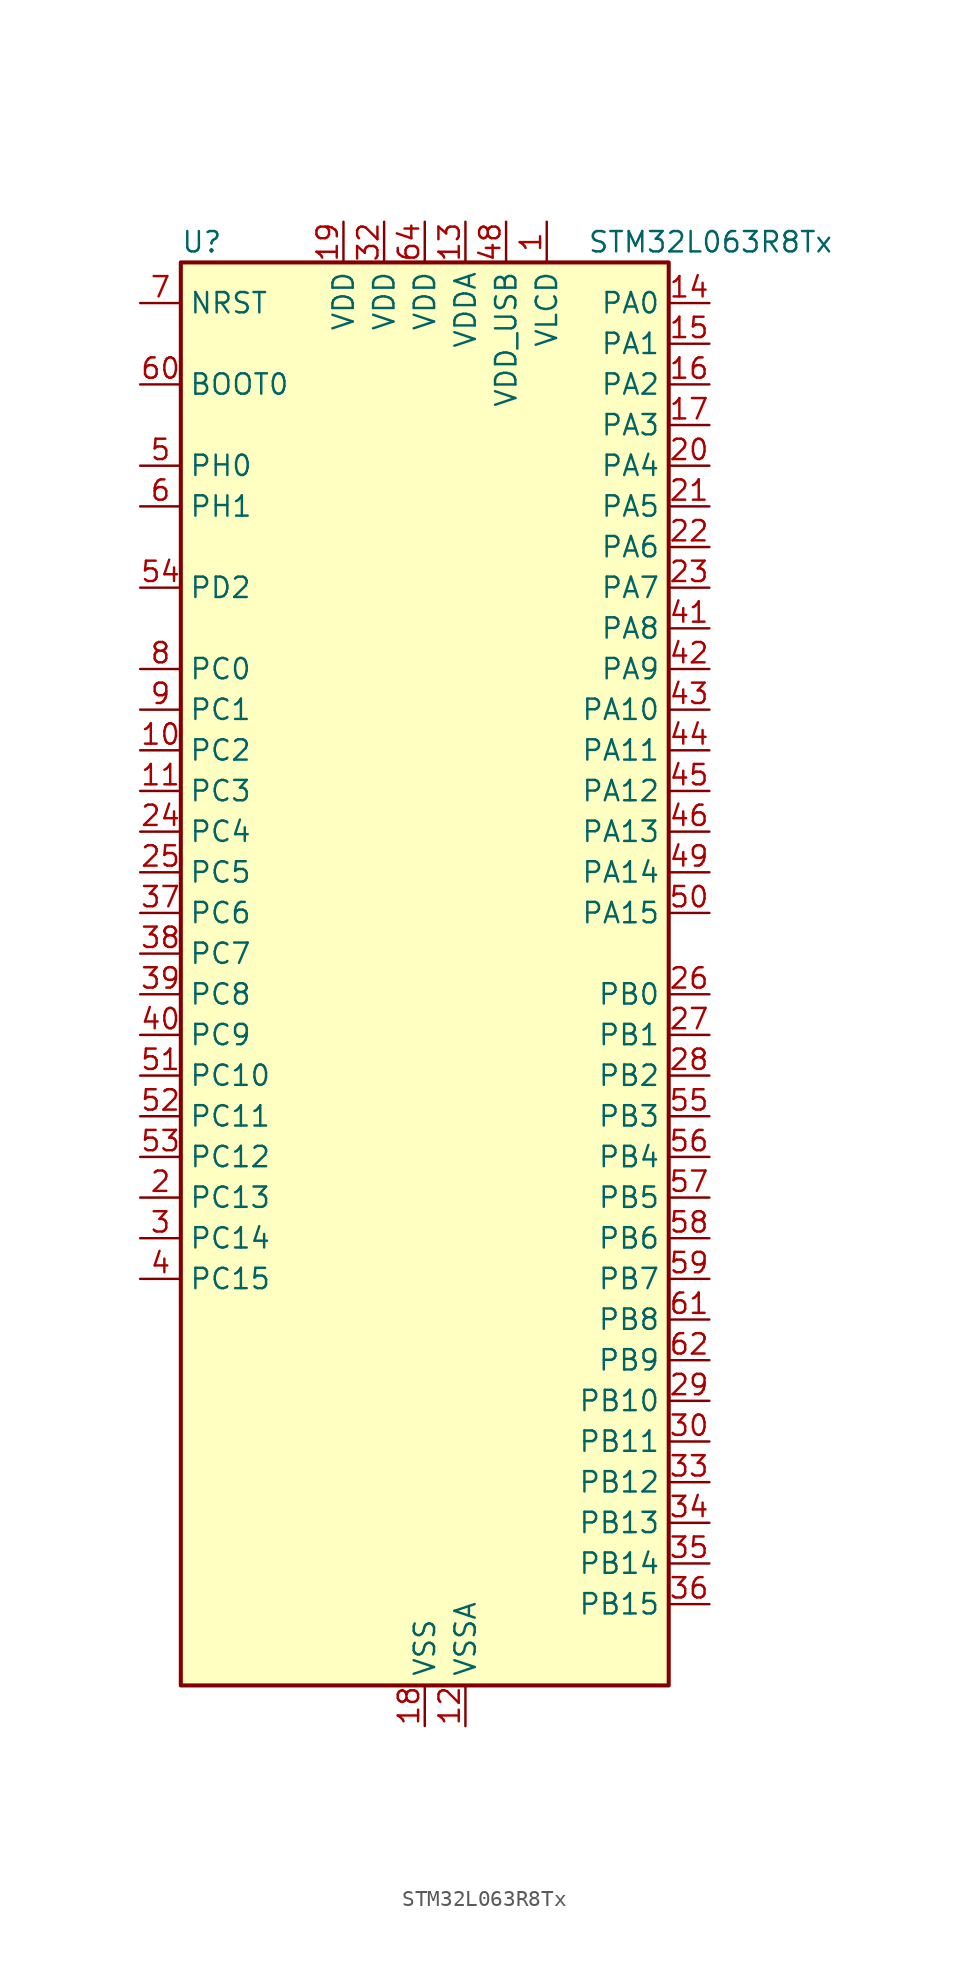
<source format=kicad_sym>
(kicad_symbol_lib
  (version 20231120)
  (generator "kicad_symbol_editor")
  (generator_version "8.0")
  (symbol "STM32L063R8Tx"
    (property "Reference" "U"
      (at -15.24 46.99 0)
      (effects (font (size 1.27 1.27)) (justify left)))
    (property "Value" "STM32L063R8Tx"
      (at 10.16 46.99 0)
      (effects (font (size 1.27 1.27)) (justify left)))
    (property "ki_locked" ""
      (at 0 0 0)
      (effects (font (size 1.27 1.27))))
    (symbol "STM32L063R8Tx_0_1"
      (rectangle (start -15.24 -43.18) (end 15.24 45.72) (stroke (width 0.254) (type default)) (fill (type background))))
    (symbol "STM32L063R8Tx_1_1"
      (pin power_in line (at 7.62 48.26 270) (length 2.54) (name "VLCD" (effects (font (size 1.27 1.27)))) (number "1" (effects (font (size 1.27 1.27)))))
      (pin bidirectional line (at -17.78 15.24 0) (length 2.54) (name "PC2" (effects (font (size 1.27 1.27)))) (number "10" (effects (font (size 1.27 1.27)))) (alternate "ADC_IN12" bidirectional line) (alternate "I2S2_MCK" bidirectional line) (alternate "LCD_SEG20" bidirectional line) (alternate "LPTIM1_IN2" bidirectional line) (alternate "SPI2_MISO" bidirectional line) (alternate "TSC_G7_IO3" bidirectional line))
      (pin bidirectional line (at -17.78 12.7 0) (length 2.54) (name "PC3" (effects (font (size 1.27 1.27)))) (number "11" (effects (font (size 1.27 1.27)))) (alternate "ADC_IN13" bidirectional line) (alternate "I2S2_SD" bidirectional line) (alternate "LCD_SEG21" bidirectional line) (alternate "LPTIM1_ETR" bidirectional line) (alternate "SPI2_MOSI" bidirectional line) (alternate "TSC_G7_IO4" bidirectional line))
      (pin power_in line (at 2.54 -45.72 90) (length 2.54) (name "VSSA" (effects (font (size 1.27 1.27)))) (number "12" (effects (font (size 1.27 1.27)))))
      (pin power_in line (at 2.54 48.26 270) (length 2.54) (name "VDDA" (effects (font (size 1.27 1.27)))) (number "13" (effects (font (size 1.27 1.27)))))
      (pin bidirectional line (at 17.78 43.18 180) (length 2.54) (name "PA0" (effects (font (size 1.27 1.27)))) (number "14" (effects (font (size 1.27 1.27)))) (alternate "ADC_IN0" bidirectional line) (alternate "COMP1_INM" bidirectional line) (alternate "COMP1_OUT" bidirectional line) (alternate "RTC_TAMP2" bidirectional line) (alternate "SYS_WKUP1" bidirectional line) (alternate "TIM2_CH1" bidirectional line) (alternate "TIM2_ETR" bidirectional line) (alternate "TSC_G1_IO1" bidirectional line) (alternate "USART2_CTS" bidirectional line))
      (pin bidirectional line (at 17.78 40.64 180) (length 2.54) (name "PA1" (effects (font (size 1.27 1.27)))) (number "15" (effects (font (size 1.27 1.27)))) (alternate "ADC_IN1" bidirectional line) (alternate "COMP1_INP" bidirectional line) (alternate "LCD_SEG0" bidirectional line) (alternate "TIM21_ETR" bidirectional line) (alternate "TIM2_CH2" bidirectional line) (alternate "TSC_G1_IO2" bidirectional line) (alternate "USART2_DE" bidirectional line) (alternate "USART2_RTS" bidirectional line))
      (pin bidirectional line (at 17.78 38.1 180) (length 2.54) (name "PA2" (effects (font (size 1.27 1.27)))) (number "16" (effects (font (size 1.27 1.27)))) (alternate "ADC_IN2" bidirectional line) (alternate "COMP2_INM" bidirectional line) (alternate "COMP2_OUT" bidirectional line) (alternate "LCD_SEG1" bidirectional line) (alternate "TIM21_CH1" bidirectional line) (alternate "TIM2_CH3" bidirectional line) (alternate "TSC_G1_IO3" bidirectional line) (alternate "USART2_TX" bidirectional line))
      (pin bidirectional line (at 17.78 35.56 180) (length 2.54) (name "PA3" (effects (font (size 1.27 1.27)))) (number "17" (effects (font (size 1.27 1.27)))) (alternate "ADC_IN3" bidirectional line) (alternate "COMP2_INP" bidirectional line) (alternate "LCD_SEG2" bidirectional line) (alternate "TIM21_CH2" bidirectional line) (alternate "TIM2_CH4" bidirectional line) (alternate "TSC_G1_IO4" bidirectional line) (alternate "USART2_RX" bidirectional line))
      (pin power_in line (at 0 -45.72 90) (length 2.54) (name "VSS" (effects (font (size 1.27 1.27)))) (number "18" (effects (font (size 1.27 1.27)))))
      (pin power_in line (at -5.08 48.26 270) (length 2.54) (name "VDD" (effects (font (size 1.27 1.27)))) (number "19" (effects (font (size 1.27 1.27)))))
      (pin bidirectional line (at -17.78 -12.7 0) (length 2.54) (name "PC13" (effects (font (size 1.27 1.27)))) (number "2" (effects (font (size 1.27 1.27)))) (alternate "RTC_OUT_ALARM" bidirectional line) (alternate "RTC_OUT_CALIB" bidirectional line) (alternate "RTC_TAMP1" bidirectional line) (alternate "RTC_TS" bidirectional line) (alternate "SYS_WKUP2" bidirectional line))
      (pin bidirectional line (at 17.78 33.02 180) (length 2.54) (name "PA4" (effects (font (size 1.27 1.27)))) (number "20" (effects (font (size 1.27 1.27)))) (alternate "ADC_IN4" bidirectional line) (alternate "COMP1_INM" bidirectional line) (alternate "COMP2_INM" bidirectional line) (alternate "DAC_OUT1" bidirectional line) (alternate "SPI1_NSS" bidirectional line) (alternate "TIM22_ETR" bidirectional line) (alternate "TSC_G2_IO1" bidirectional line) (alternate "USART2_CK" bidirectional line))
      (pin bidirectional line (at 17.78 30.48 180) (length 2.54) (name "PA5" (effects (font (size 1.27 1.27)))) (number "21" (effects (font (size 1.27 1.27)))) (alternate "ADC_IN5" bidirectional line) (alternate "COMP1_INM" bidirectional line) (alternate "COMP2_INM" bidirectional line) (alternate "SPI1_SCK" bidirectional line) (alternate "TIM2_CH1" bidirectional line) (alternate "TIM2_ETR" bidirectional line) (alternate "TSC_G2_IO2" bidirectional line))
      (pin bidirectional line (at 17.78 27.94 180) (length 2.54) (name "PA6" (effects (font (size 1.27 1.27)))) (number "22" (effects (font (size 1.27 1.27)))) (alternate "ADC_IN6" bidirectional line) (alternate "COMP1_OUT" bidirectional line) (alternate "LCD_SEG3" bidirectional line) (alternate "LPUART1_CTS" bidirectional line) (alternate "SPI1_MISO" bidirectional line) (alternate "TIM22_CH1" bidirectional line) (alternate "TSC_G2_IO3" bidirectional line))
      (pin bidirectional line (at 17.78 25.4 180) (length 2.54) (name "PA7" (effects (font (size 1.27 1.27)))) (number "23" (effects (font (size 1.27 1.27)))) (alternate "ADC_IN7" bidirectional line) (alternate "COMP2_OUT" bidirectional line) (alternate "LCD_SEG4" bidirectional line) (alternate "SPI1_MOSI" bidirectional line) (alternate "TIM22_CH2" bidirectional line) (alternate "TSC_G2_IO4" bidirectional line))
      (pin bidirectional line (at -17.78 10.16 0) (length 2.54) (name "PC4" (effects (font (size 1.27 1.27)))) (number "24" (effects (font (size 1.27 1.27)))) (alternate "ADC_IN14" bidirectional line) (alternate "LCD_SEG22" bidirectional line) (alternate "LPUART1_TX" bidirectional line))
      (pin bidirectional line (at -17.78 7.62 0) (length 2.54) (name "PC5" (effects (font (size 1.27 1.27)))) (number "25" (effects (font (size 1.27 1.27)))) (alternate "ADC_IN15" bidirectional line) (alternate "LCD_SEG23" bidirectional line) (alternate "LPUART1_RX" bidirectional line) (alternate "TSC_G3_IO1" bidirectional line))
      (pin bidirectional line (at 17.78 0 180) (length 2.54) (name "PB0" (effects (font (size 1.27 1.27)))) (number "26" (effects (font (size 1.27 1.27)))) (alternate "ADC_IN8" bidirectional line) (alternate "LCD_SEG5" bidirectional line) (alternate "LCD_VLCD3" bidirectional line) (alternate "SYS_VREF_OUT_PB0" bidirectional line) (alternate "TSC_G3_IO2" bidirectional line))
      (pin bidirectional line (at 17.78 -2.54 180) (length 2.54) (name "PB1" (effects (font (size 1.27 1.27)))) (number "27" (effects (font (size 1.27 1.27)))) (alternate "ADC_IN9" bidirectional line) (alternate "LCD_SEG6" bidirectional line) (alternate "LPUART1_DE" bidirectional line) (alternate "LPUART1_RTS" bidirectional line) (alternate "SYS_VREF_OUT_PB1" bidirectional line) (alternate "TSC_G3_IO3" bidirectional line))
      (pin bidirectional line (at 17.78 -5.08 180) (length 2.54) (name "PB2" (effects (font (size 1.27 1.27)))) (number "28" (effects (font (size 1.27 1.27)))) (alternate "LCD_VLCD2" bidirectional line) (alternate "LPTIM1_OUT" bidirectional line) (alternate "TSC_G3_IO4" bidirectional line))
      (pin bidirectional line (at 17.78 -25.4 180) (length 2.54) (name "PB10" (effects (font (size 1.27 1.27)))) (number "29" (effects (font (size 1.27 1.27)))) (alternate "I2C2_SCL" bidirectional line) (alternate "LCD_SEG10" bidirectional line) (alternate "LPUART1_TX" bidirectional line) (alternate "SPI2_SCK" bidirectional line) (alternate "TIM2_CH3" bidirectional line) (alternate "TSC_SYNC" bidirectional line))
      (pin bidirectional line (at -17.78 -15.24 0) (length 2.54) (name "PC14" (effects (font (size 1.27 1.27)))) (number "3" (effects (font (size 1.27 1.27)))) (alternate "RCC_OSC32_IN" bidirectional line))
      (pin bidirectional line (at 17.78 -27.94 180) (length 2.54) (name "PB11" (effects (font (size 1.27 1.27)))) (number "30" (effects (font (size 1.27 1.27)))) (alternate "ADC_EXTI11" bidirectional line) (alternate "I2C2_SDA" bidirectional line) (alternate "LCD_SEG11" bidirectional line) (alternate "LPUART1_RX" bidirectional line) (alternate "TIM2_CH4" bidirectional line) (alternate "TSC_G6_IO1" bidirectional line))
      (pin passive line (at 0 -45.72 90) (length 2.54) hide (name "VSS" (effects (font (size 1.27 1.27)))) (number "31" (effects (font (size 1.27 1.27)))))
      (pin power_in line (at -2.54 48.26 270) (length 2.54) (name "VDD" (effects (font (size 1.27 1.27)))) (number "32" (effects (font (size 1.27 1.27)))))
      (pin bidirectional line (at 17.78 -30.48 180) (length 2.54) (name "PB12" (effects (font (size 1.27 1.27)))) (number "33" (effects (font (size 1.27 1.27)))) (alternate "I2S2_WS" bidirectional line) (alternate "LCD_SEG12" bidirectional line) (alternate "LCD_VLCD1" bidirectional line) (alternate "LPUART1_DE" bidirectional line) (alternate "LPUART1_RTS" bidirectional line) (alternate "SPI2_NSS" bidirectional line) (alternate "TSC_G6_IO2" bidirectional line))
      (pin bidirectional line (at 17.78 -33.02 180) (length 2.54) (name "PB13" (effects (font (size 1.27 1.27)))) (number "34" (effects (font (size 1.27 1.27)))) (alternate "I2C2_SCL" bidirectional line) (alternate "I2S2_CK" bidirectional line) (alternate "LCD_SEG13" bidirectional line) (alternate "LPUART1_CTS" bidirectional line) (alternate "SPI2_SCK" bidirectional line) (alternate "TIM21_CH1" bidirectional line) (alternate "TSC_G6_IO3" bidirectional line))
      (pin bidirectional line (at 17.78 -35.56 180) (length 2.54) (name "PB14" (effects (font (size 1.27 1.27)))) (number "35" (effects (font (size 1.27 1.27)))) (alternate "I2C2_SDA" bidirectional line) (alternate "I2S2_MCK" bidirectional line) (alternate "LCD_SEG14" bidirectional line) (alternate "LPUART1_DE" bidirectional line) (alternate "LPUART1_RTS" bidirectional line) (alternate "RTC_OUT_ALARM" bidirectional line) (alternate "RTC_OUT_CALIB" bidirectional line) (alternate "SPI2_MISO" bidirectional line) (alternate "TIM21_CH2" bidirectional line) (alternate "TSC_G6_IO4" bidirectional line))
      (pin bidirectional line (at 17.78 -38.1 180) (length 2.54) (name "PB15" (effects (font (size 1.27 1.27)))) (number "36" (effects (font (size 1.27 1.27)))) (alternate "I2S2_SD" bidirectional line) (alternate "LCD_SEG15" bidirectional line) (alternate "RTC_REFIN" bidirectional line) (alternate "SPI2_MOSI" bidirectional line))
      (pin bidirectional line (at -17.78 5.08 0) (length 2.54) (name "PC6" (effects (font (size 1.27 1.27)))) (number "37" (effects (font (size 1.27 1.27)))) (alternate "LCD_SEG24" bidirectional line) (alternate "TIM22_CH1" bidirectional line) (alternate "TSC_G8_IO1" bidirectional line))
      (pin bidirectional line (at -17.78 2.54 0) (length 2.54) (name "PC7" (effects (font (size 1.27 1.27)))) (number "38" (effects (font (size 1.27 1.27)))) (alternate "LCD_SEG25" bidirectional line) (alternate "TIM22_CH2" bidirectional line) (alternate "TSC_G8_IO2" bidirectional line))
      (pin bidirectional line (at -17.78 0 0) (length 2.54) (name "PC8" (effects (font (size 1.27 1.27)))) (number "39" (effects (font (size 1.27 1.27)))) (alternate "LCD_SEG26" bidirectional line) (alternate "TIM22_ETR" bidirectional line) (alternate "TSC_G8_IO3" bidirectional line))
      (pin bidirectional line (at -17.78 -17.78 0) (length 2.54) (name "PC15" (effects (font (size 1.27 1.27)))) (number "4" (effects (font (size 1.27 1.27)))) (alternate "RCC_OSC32_OUT" bidirectional line))
      (pin bidirectional line (at -17.78 -2.54 0) (length 2.54) (name "PC9" (effects (font (size 1.27 1.27)))) (number "40" (effects (font (size 1.27 1.27)))) (alternate "DAC_EXTI9" bidirectional line) (alternate "LCD_SEG27" bidirectional line) (alternate "TIM21_ETR" bidirectional line) (alternate "TSC_G8_IO4" bidirectional line) (alternate "USB_NOE" bidirectional line))
      (pin bidirectional line (at 17.78 22.86 180) (length 2.54) (name "PA8" (effects (font (size 1.27 1.27)))) (number "41" (effects (font (size 1.27 1.27)))) (alternate "CRS_SYNC" bidirectional line) (alternate "LCD_COM0" bidirectional line) (alternate "RCC_MCO" bidirectional line) (alternate "USART1_CK" bidirectional line))
      (pin bidirectional line (at 17.78 20.32 180) (length 2.54) (name "PA9" (effects (font (size 1.27 1.27)))) (number "42" (effects (font (size 1.27 1.27)))) (alternate "DAC_EXTI9" bidirectional line) (alternate "LCD_COM1" bidirectional line) (alternate "RCC_MCO" bidirectional line) (alternate "TSC_G4_IO1" bidirectional line) (alternate "USART1_TX" bidirectional line))
      (pin bidirectional line (at 17.78 17.78 180) (length 2.54) (name "PA10" (effects (font (size 1.27 1.27)))) (number "43" (effects (font (size 1.27 1.27)))) (alternate "LCD_COM2" bidirectional line) (alternate "TSC_G4_IO2" bidirectional line) (alternate "USART1_RX" bidirectional line))
      (pin bidirectional line (at 17.78 15.24 180) (length 2.54) (name "PA11" (effects (font (size 1.27 1.27)))) (number "44" (effects (font (size 1.27 1.27)))) (alternate "ADC_EXTI11" bidirectional line) (alternate "COMP1_OUT" bidirectional line) (alternate "SPI1_MISO" bidirectional line) (alternate "TSC_G4_IO3" bidirectional line) (alternate "USART1_CTS" bidirectional line) (alternate "USB_DM" bidirectional line))
      (pin bidirectional line (at 17.78 12.7 180) (length 2.54) (name "PA12" (effects (font (size 1.27 1.27)))) (number "45" (effects (font (size 1.27 1.27)))) (alternate "COMP2_OUT" bidirectional line) (alternate "SPI1_MOSI" bidirectional line) (alternate "TSC_G4_IO4" bidirectional line) (alternate "USART1_DE" bidirectional line) (alternate "USART1_RTS" bidirectional line) (alternate "USB_DP" bidirectional line))
      (pin bidirectional line (at 17.78 10.16 180) (length 2.54) (name "PA13" (effects (font (size 1.27 1.27)))) (number "46" (effects (font (size 1.27 1.27)))) (alternate "SYS_SWDIO" bidirectional line) (alternate "USB_NOE" bidirectional line))
      (pin passive line (at 0 -45.72 90) (length 2.54) hide (name "VSS" (effects (font (size 1.27 1.27)))) (number "47" (effects (font (size 1.27 1.27)))))
      (pin power_in line (at 5.08 48.26 270) (length 2.54) (name "VDD_USB" (effects (font (size 1.27 1.27)))) (number "48" (effects (font (size 1.27 1.27)))))
      (pin bidirectional line (at 17.78 7.62 180) (length 2.54) (name "PA14" (effects (font (size 1.27 1.27)))) (number "49" (effects (font (size 1.27 1.27)))) (alternate "SYS_SWCLK" bidirectional line) (alternate "USART2_TX" bidirectional line))
      (pin bidirectional line (at -17.78 33.02 0) (length 2.54) (name "PH0" (effects (font (size 1.27 1.27)))) (number "5" (effects (font (size 1.27 1.27)))) (alternate "CRS_SYNC" bidirectional line) (alternate "RCC_OSC_IN" bidirectional line))
      (pin bidirectional line (at 17.78 5.08 180) (length 2.54) (name "PA15" (effects (font (size 1.27 1.27)))) (number "50" (effects (font (size 1.27 1.27)))) (alternate "LCD_SEG17" bidirectional line) (alternate "SPI1_NSS" bidirectional line) (alternate "TIM2_CH1" bidirectional line) (alternate "TIM2_ETR" bidirectional line) (alternate "USART2_RX" bidirectional line))
      (pin bidirectional line (at -17.78 -5.08 0) (length 2.54) (name "PC10" (effects (font (size 1.27 1.27)))) (number "51" (effects (font (size 1.27 1.27)))) (alternate "LCD_COM4" bidirectional line) (alternate "LCD_SEG28" bidirectional line) (alternate "LPUART1_TX" bidirectional line))
      (pin bidirectional line (at -17.78 -7.62 0) (length 2.54) (name "PC11" (effects (font (size 1.27 1.27)))) (number "52" (effects (font (size 1.27 1.27)))) (alternate "ADC_EXTI11" bidirectional line) (alternate "LCD_COM5" bidirectional line) (alternate "LCD_SEG29" bidirectional line) (alternate "LPUART1_RX" bidirectional line))
      (pin bidirectional line (at -17.78 -10.16 0) (length 2.54) (name "PC12" (effects (font (size 1.27 1.27)))) (number "53" (effects (font (size 1.27 1.27)))) (alternate "LCD_COM6" bidirectional line) (alternate "LCD_SEG30" bidirectional line))
      (pin bidirectional line (at -17.78 25.4 0) (length 2.54) (name "PD2" (effects (font (size 1.27 1.27)))) (number "54" (effects (font (size 1.27 1.27)))) (alternate "LCD_COM7" bidirectional line) (alternate "LCD_SEG31" bidirectional line) (alternate "LPUART1_DE" bidirectional line) (alternate "LPUART1_RTS" bidirectional line))
      (pin bidirectional line (at 17.78 -7.62 180) (length 2.54) (name "PB3" (effects (font (size 1.27 1.27)))) (number "55" (effects (font (size 1.27 1.27)))) (alternate "COMP2_INM" bidirectional line) (alternate "LCD_SEG7" bidirectional line) (alternate "SPI1_SCK" bidirectional line) (alternate "TIM2_CH2" bidirectional line) (alternate "TSC_G5_IO1" bidirectional line))
      (pin bidirectional line (at 17.78 -10.16 180) (length 2.54) (name "PB4" (effects (font (size 1.27 1.27)))) (number "56" (effects (font (size 1.27 1.27)))) (alternate "COMP2_INP" bidirectional line) (alternate "LCD_SEG8" bidirectional line) (alternate "SPI1_MISO" bidirectional line) (alternate "TIM22_CH1" bidirectional line) (alternate "TSC_G5_IO2" bidirectional line))
      (pin bidirectional line (at 17.78 -12.7 180) (length 2.54) (name "PB5" (effects (font (size 1.27 1.27)))) (number "57" (effects (font (size 1.27 1.27)))) (alternate "COMP2_INP" bidirectional line) (alternate "I2C1_SMBA" bidirectional line) (alternate "LCD_SEG9" bidirectional line) (alternate "LPTIM1_IN1" bidirectional line) (alternate "SPI1_MOSI" bidirectional line) (alternate "TIM22_CH2" bidirectional line))
      (pin bidirectional line (at 17.78 -15.24 180) (length 2.54) (name "PB6" (effects (font (size 1.27 1.27)))) (number "58" (effects (font (size 1.27 1.27)))) (alternate "COMP2_INP" bidirectional line) (alternate "I2C1_SCL" bidirectional line) (alternate "LPTIM1_ETR" bidirectional line) (alternate "TSC_G5_IO3" bidirectional line) (alternate "USART1_TX" bidirectional line))
      (pin bidirectional line (at 17.78 -17.78 180) (length 2.54) (name "PB7" (effects (font (size 1.27 1.27)))) (number "59" (effects (font (size 1.27 1.27)))) (alternate "COMP2_INP" bidirectional line) (alternate "I2C1_SDA" bidirectional line) (alternate "LPTIM1_IN2" bidirectional line) (alternate "SYS_PVD_IN" bidirectional line) (alternate "TSC_G5_IO4" bidirectional line) (alternate "USART1_RX" bidirectional line))
      (pin bidirectional line (at -17.78 30.48 0) (length 2.54) (name "PH1" (effects (font (size 1.27 1.27)))) (number "6" (effects (font (size 1.27 1.27)))) (alternate "RCC_OSC_OUT" bidirectional line))
      (pin input line (at -17.78 38.1 0) (length 2.54) (name "BOOT0" (effects (font (size 1.27 1.27)))) (number "60" (effects (font (size 1.27 1.27)))))
      (pin bidirectional line (at 17.78 -20.32 180) (length 2.54) (name "PB8" (effects (font (size 1.27 1.27)))) (number "61" (effects (font (size 1.27 1.27)))) (alternate "I2C1_SCL" bidirectional line) (alternate "LCD_SEG16" bidirectional line) (alternate "TSC_SYNC" bidirectional line))
      (pin bidirectional line (at 17.78 -22.86 180) (length 2.54) (name "PB9" (effects (font (size 1.27 1.27)))) (number "62" (effects (font (size 1.27 1.27)))) (alternate "DAC_EXTI9" bidirectional line) (alternate "I2C1_SDA" bidirectional line) (alternate "I2S2_WS" bidirectional line) (alternate "LCD_COM3" bidirectional line) (alternate "SPI2_NSS" bidirectional line))
      (pin passive line (at 0 -45.72 90) (length 2.54) hide (name "VSS" (effects (font (size 1.27 1.27)))) (number "63" (effects (font (size 1.27 1.27)))))
      (pin power_in line (at 0 48.26 270) (length 2.54) (name "VDD" (effects (font (size 1.27 1.27)))) (number "64" (effects (font (size 1.27 1.27)))))
      (pin input line (at -17.78 43.18 0) (length 2.54) (name "NRST" (effects (font (size 1.27 1.27)))) (number "7" (effects (font (size 1.27 1.27)))))
      (pin bidirectional line (at -17.78 20.32 0) (length 2.54) (name "PC0" (effects (font (size 1.27 1.27)))) (number "8" (effects (font (size 1.27 1.27)))) (alternate "ADC_IN10" bidirectional line) (alternate "LCD_SEG18" bidirectional line) (alternate "LPTIM1_IN1" bidirectional line) (alternate "TSC_G7_IO1" bidirectional line))
      (pin bidirectional line (at -17.78 17.78 0) (length 2.54) (name "PC1" (effects (font (size 1.27 1.27)))) (number "9" (effects (font (size 1.27 1.27)))) (alternate "ADC_IN11" bidirectional line) (alternate "LCD_SEG19" bidirectional line) (alternate "LPTIM1_OUT" bidirectional line) (alternate "TSC_G7_IO2" bidirectional line)))))
</source>
